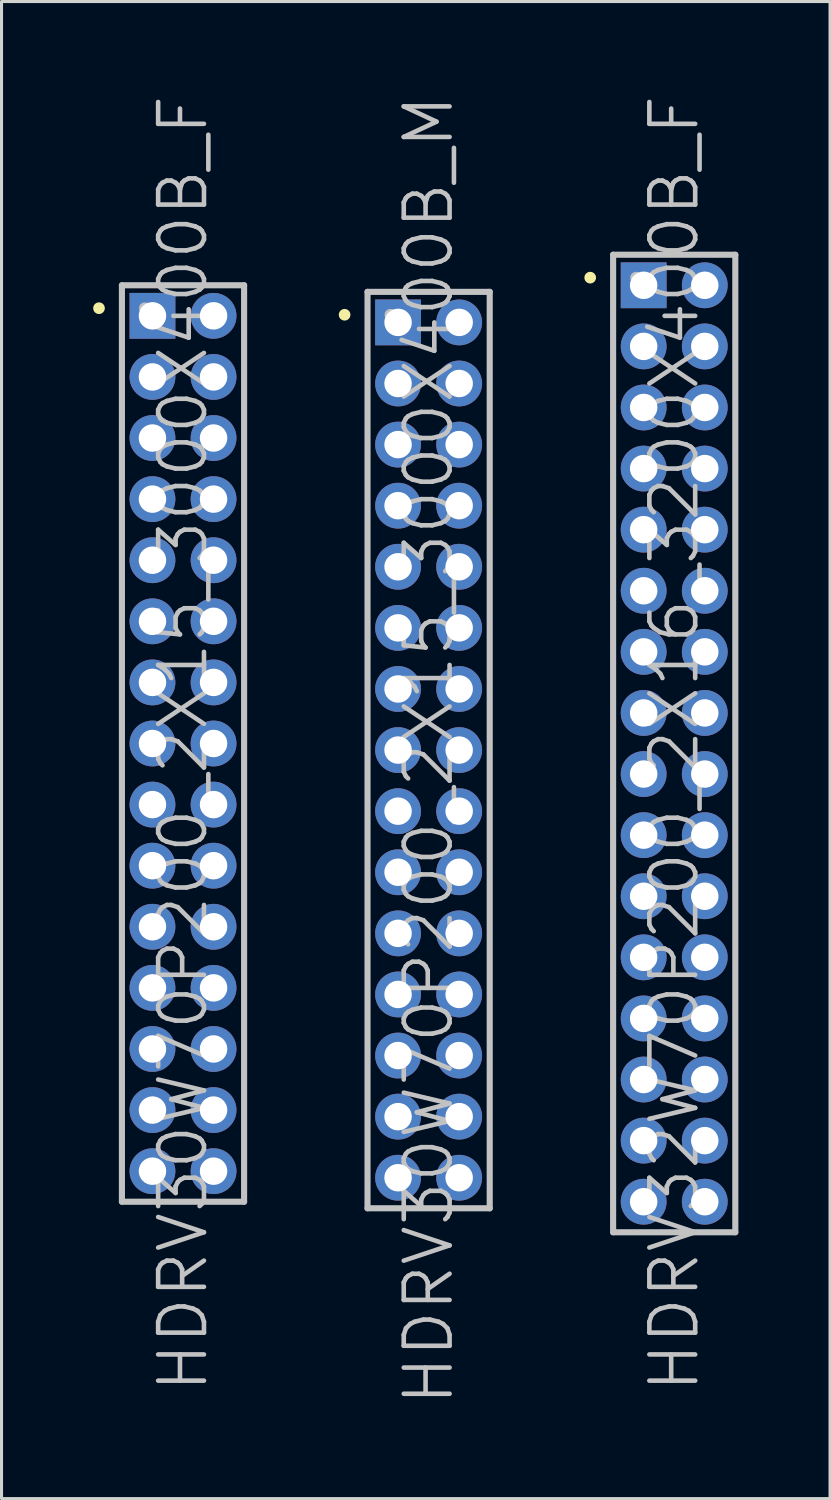
<source format=kicad_pcb>
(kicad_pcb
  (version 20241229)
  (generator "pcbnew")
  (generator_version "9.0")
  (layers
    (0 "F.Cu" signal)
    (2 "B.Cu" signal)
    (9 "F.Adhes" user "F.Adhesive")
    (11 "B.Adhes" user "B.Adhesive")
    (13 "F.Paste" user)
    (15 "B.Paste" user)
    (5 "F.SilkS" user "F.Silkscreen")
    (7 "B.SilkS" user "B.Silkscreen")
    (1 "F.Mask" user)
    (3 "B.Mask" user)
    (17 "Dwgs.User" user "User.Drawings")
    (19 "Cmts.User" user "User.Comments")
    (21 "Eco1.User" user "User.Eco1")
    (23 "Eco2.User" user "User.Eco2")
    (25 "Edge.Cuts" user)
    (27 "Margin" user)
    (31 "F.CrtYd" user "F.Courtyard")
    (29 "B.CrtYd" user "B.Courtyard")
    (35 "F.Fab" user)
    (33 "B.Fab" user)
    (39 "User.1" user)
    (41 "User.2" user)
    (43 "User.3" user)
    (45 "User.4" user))
  (footprint "HDRV32W70P200_2X16_3200X400B_F"
    (layer "F.Cu")
    (at 19.021 21.289)
    (property "Reference" "HDRV32W70P200_2X16_3200X400B_F" (at 0 0 90) (layer "Dwgs.User") (effects (font (size 1.5 1.5) (thickness 0.15))))
    (attr through_hole)
    (fp_line (start -2.75 -15.25) (end -2.75 -15.25) (stroke (width 0.381) (type solid)) (layer "F.SilkS"))
    (fp_line (start -2 -16) (end -2 16) (stroke (width 0.2) (type solid)) (layer "Dwgs.User"))
    (fp_line (start -2 -16) (end 2 -16) (stroke (width 0.2) (type solid)) (layer "Dwgs.User"))
    (fp_line (start -2 16) (end 2 16) (stroke (width 0.2) (type solid)) (layer "Dwgs.User"))
    (fp_line (start -1.25 -15.25) (end -1.25 -15.25) (stroke (width 0.381) (type solid)) (layer "Dwgs.User"))
    (fp_line (start 2 -16) (end 2 16) (stroke (width 0.2) (type solid)) (layer "Dwgs.User"))
    (pad "1" thru_hole rect (at -1 -15) (size 1.5 1.5) (drill 0.9) (layers "*.Cu" "*.Mask"))
    (pad "2" thru_hole circle (at 1 -15 270) (size 1.5 1.5) (drill 0.9) (layers "*.Cu" "*.Mask"))
    (pad "3" thru_hole circle (at -1 -13 270) (size 1.5 1.5) (drill 0.9) (layers "*.Cu" "*.Mask"))
    (pad "4" thru_hole circle (at 1 -13 270) (size 1.5 1.5) (drill 0.9) (layers "*.Cu" "*.Mask"))
    (pad "5" thru_hole circle (at -1 -11 270) (size 1.5 1.5) (drill 0.9) (layers "*.Cu" "*.Mask"))
    (pad "6" thru_hole circle (at 1 -11 270) (size 1.5 1.5) (drill 0.9) (layers "*.Cu" "*.Mask"))
    (pad "7" thru_hole circle (at -1 -9 270) (size 1.5 1.5) (drill 0.9) (layers "*.Cu" "*.Mask"))
    (pad "8" thru_hole circle (at 1 -9 270) (size 1.5 1.5) (drill 0.9) (layers "*.Cu" "*.Mask"))
    (pad "9" thru_hole circle (at -1 -7 270) (size 1.5 1.5) (drill 0.9) (layers "*.Cu" "*.Mask"))
    (pad "10" thru_hole circle (at 1 -7 270) (size 1.5 1.5) (drill 0.9) (layers "*.Cu" "*.Mask"))
    (pad "11" thru_hole circle (at -1 -5 270) (size 1.5 1.5) (drill 0.9) (layers "*.Cu" "*.Mask"))
    (pad "12" thru_hole circle (at 1 -5 270) (size 1.5 1.5) (drill 0.9) (layers "*.Cu" "*.Mask"))
    (pad "13" thru_hole circle (at -1 -3 270) (size 1.5 1.5) (drill 0.9) (layers "*.Cu" "*.Mask"))
    (pad "14" thru_hole circle (at 1 -3 270) (size 1.5 1.5) (drill 0.9) (layers "*.Cu" "*.Mask"))
    (pad "15" thru_hole circle (at -1 -1 270) (size 1.5 1.5) (drill 0.9) (layers "*.Cu" "*.Mask"))
    (pad "16" thru_hole circle (at 1 -1 270) (size 1.5 1.5) (drill 0.9) (layers "*.Cu" "*.Mask"))
    (pad "17" thru_hole circle (at -1 1 270) (size 1.5 1.5) (drill 0.9) (layers "*.Cu" "*.Mask"))
    (pad "18" thru_hole circle (at 1 1 270) (size 1.5 1.5) (drill 0.9) (layers "*.Cu" "*.Mask"))
    (pad "19" thru_hole circle (at -1 3 270) (size 1.5 1.5) (drill 0.9) (layers "*.Cu" "*.Mask"))
    (pad "20" thru_hole circle (at 1 3 270) (size 1.5 1.5) (drill 0.9) (layers "*.Cu" "*.Mask"))
    (pad "21" thru_hole circle (at -1 5 270) (size 1.5 1.5) (drill 0.9) (layers "*.Cu" "*.Mask"))
    (pad "22" thru_hole circle (at 1 5 270) (size 1.5 1.5) (drill 0.9) (layers "*.Cu" "*.Mask"))
    (pad "23" thru_hole circle (at -1 7 270) (size 1.5 1.5) (drill 0.9) (layers "*.Cu" "*.Mask"))
    (pad "24" thru_hole circle (at 1 7 270) (size 1.5 1.5) (drill 0.9) (layers "*.Cu" "*.Mask"))
    (pad "25" thru_hole circle (at -1 9 270) (size 1.5 1.5) (drill 0.9) (layers "*.Cu" "*.Mask"))
    (pad "26" thru_hole circle (at 1 9 270) (size 1.5 1.5) (drill 0.9) (layers "*.Cu" "*.Mask"))
    (pad "27" thru_hole circle (at -1 11 270) (size 1.5 1.5) (drill 0.9) (layers "*.Cu" "*.Mask"))
    (pad "28" thru_hole circle (at 1 11 270) (size 1.5 1.5) (drill 0.9) (layers "*.Cu" "*.Mask"))
    (pad "29" thru_hole circle (at -1 13 270) (size 1.5 1.5) (drill 0.9) (layers "*.Cu" "*.Mask"))
    (pad "30" thru_hole circle (at 1 13 270) (size 1.5 1.5) (drill 0.9) (layers "*.Cu" "*.Mask"))
    (pad "31" thru_hole circle (at -1 15 270) (size 1.5 1.5) (drill 0.9) (layers "*.Cu" "*.Mask"))
    (pad "32" thru_hole circle (at 1 15 270) (size 1.5 1.5) (drill 0.9) (layers "*.Cu" "*.Mask")))
  (footprint "HDRV30W70P200_2X15_3000X400B_M"
    (layer "F.Cu")
    (at 10.981 21.504)
    (property "Reference" "HDRV30W70P200_2X15_3000X400B_M" (at 0 0 90) (layer "Dwgs.User") (effects (font (size 1.5 1.5) (thickness 0.15))))
    (attr through_hole)
    (fp_line (start -2.75 -14.25) (end -2.75 -14.25) (stroke (width 0.381) (type solid)) (layer "F.SilkS"))
    (fp_line (start -2 -15) (end -2 15) (stroke (width 0.2) (type solid)) (layer "Dwgs.User"))
    (fp_line (start -2 -15) (end 2 -15) (stroke (width 0.2) (type solid)) (layer "Dwgs.User"))
    (fp_line (start -2 15) (end 2 15) (stroke (width 0.2) (type solid)) (layer "Dwgs.User"))
    (fp_line (start -1.25 -14.25) (end -1.25 -14.25) (stroke (width 0.381) (type solid)) (layer "Dwgs.User"))
    (fp_line (start 2 -15) (end 2 15) (stroke (width 0.2) (type solid)) (layer "Dwgs.User"))
    (pad "1" thru_hole rect (at -1 -14) (size 1.5 1.5) (drill 0.9) (layers "*.Cu" "*.Mask"))
    (pad "2" thru_hole circle (at 1 -14 270) (size 1.5 1.5) (drill 0.9) (layers "*.Cu" "*.Mask"))
    (pad "3" thru_hole circle (at -1 -12 270) (size 1.5 1.5) (drill 0.9) (layers "*.Cu" "*.Mask"))
    (pad "4" thru_hole circle (at 1 -12 270) (size 1.5 1.5) (drill 0.9) (layers "*.Cu" "*.Mask"))
    (pad "5" thru_hole circle (at -1 -10 270) (size 1.5 1.5) (drill 0.9) (layers "*.Cu" "*.Mask"))
    (pad "6" thru_hole circle (at 1 -10 270) (size 1.5 1.5) (drill 0.9) (layers "*.Cu" "*.Mask"))
    (pad "7" thru_hole circle (at -1 -8 270) (size 1.5 1.5) (drill 0.9) (layers "*.Cu" "*.Mask"))
    (pad "8" thru_hole circle (at 1 -8 270) (size 1.5 1.5) (drill 0.9) (layers "*.Cu" "*.Mask"))
    (pad "9" thru_hole circle (at -1 -6 270) (size 1.5 1.5) (drill 0.9) (layers "*.Cu" "*.Mask"))
    (pad "10" thru_hole circle (at 1 -6 270) (size 1.5 1.5) (drill 0.9) (layers "*.Cu" "*.Mask"))
    (pad "11" thru_hole circle (at -1 -4 270) (size 1.5 1.5) (drill 0.9) (layers "*.Cu" "*.Mask"))
    (pad "12" thru_hole circle (at 1 -4 270) (size 1.5 1.5) (drill 0.9) (layers "*.Cu" "*.Mask"))
    (pad "13" thru_hole circle (at -1 -2 270) (size 1.5 1.5) (drill 0.9) (layers "*.Cu" "*.Mask"))
    (pad "14" thru_hole circle (at 1 -2 270) (size 1.5 1.5) (drill 0.9) (layers "*.Cu" "*.Mask"))
    (pad "15" thru_hole circle (at -1 0 270) (size 1.5 1.5) (drill 0.9) (layers "*.Cu" "*.Mask"))
    (pad "16" thru_hole circle (at 1 0 270) (size 1.5 1.5) (drill 0.9) (layers "*.Cu" "*.Mask"))
    (pad "17" thru_hole circle (at -1 2 270) (size 1.5 1.5) (drill 0.9) (layers "*.Cu" "*.Mask"))
    (pad "18" thru_hole circle (at 1 2 270) (size 1.5 1.5) (drill 0.9) (layers "*.Cu" "*.Mask"))
    (pad "19" thru_hole circle (at -1 4 270) (size 1.5 1.5) (drill 0.9) (layers "*.Cu" "*.Mask"))
    (pad "20" thru_hole circle (at 1 4 270) (size 1.5 1.5) (drill 0.9) (layers "*.Cu" "*.Mask"))
    (pad "21" thru_hole circle (at -1 6 270) (size 1.5 1.5) (drill 0.9) (layers "*.Cu" "*.Mask"))
    (pad "22" thru_hole circle (at 1 6 270) (size 1.5 1.5) (drill 0.9) (layers "*.Cu" "*.Mask"))
    (pad "23" thru_hole circle (at -1 8 270) (size 1.5 1.5) (drill 0.9) (layers "*.Cu" "*.Mask"))
    (pad "24" thru_hole circle (at 1 8 270) (size 1.5 1.5) (drill 0.9) (layers "*.Cu" "*.Mask"))
    (pad "25" thru_hole circle (at -1 10 270) (size 1.5 1.5) (drill 0.9) (layers "*.Cu" "*.Mask"))
    (pad "26" thru_hole circle (at 1 10 270) (size 1.5 1.5) (drill 0.9) (layers "*.Cu" "*.Mask"))
    (pad "27" thru_hole circle (at -1 12 270) (size 1.5 1.5) (drill 0.9) (layers "*.Cu" "*.Mask"))
    (pad "28" thru_hole circle (at 1 12 270) (size 1.5 1.5) (drill 0.9) (layers "*.Cu" "*.Mask"))
    (pad "29" thru_hole circle (at -1 14 270) (size 1.5 1.5) (drill 0.9) (layers "*.Cu" "*.Mask"))
    (pad "30" thru_hole circle (at 1 14 270) (size 1.5 1.5) (drill 0.9) (layers "*.Cu" "*.Mask")))
  (footprint "HDRV30W70P200_2X15_3000X400B_F"
    (layer "F.Cu")
    (at 2.941 21.289)
    (property "Reference" "HDRV30W70P200_2X15_3000X400B_F" (at 0 0 90) (layer "Dwgs.User") (effects (font (size 1.5 1.5) (thickness 0.15))))
    (attr through_hole)
    (fp_line (start -2.75 -14.25) (end -2.75 -14.25) (stroke (width 0.381) (type solid)) (layer "F.SilkS"))
    (fp_line (start -2 -15) (end -2 15) (stroke (width 0.2) (type solid)) (layer "Dwgs.User"))
    (fp_line (start -2 -15) (end 2 -15) (stroke (width 0.2) (type solid)) (layer "Dwgs.User"))
    (fp_line (start -2 15) (end 2 15) (stroke (width 0.2) (type solid)) (layer "Dwgs.User"))
    (fp_line (start -1.25 -14.25) (end -1.25 -14.25) (stroke (width 0.381) (type solid)) (layer "Dwgs.User"))
    (fp_line (start 2 -15) (end 2 15) (stroke (width 0.2) (type solid)) (layer "Dwgs.User"))
    (pad "1" thru_hole rect (at -1 -14) (size 1.5 1.5) (drill 0.9) (layers "*.Cu" "*.Mask"))
    (pad "2" thru_hole circle (at 1 -14 270) (size 1.5 1.5) (drill 0.9) (layers "*.Cu" "*.Mask"))
    (pad "3" thru_hole circle (at -1 -12 270) (size 1.5 1.5) (drill 0.9) (layers "*.Cu" "*.Mask"))
    (pad "4" thru_hole circle (at 1 -12 270) (size 1.5 1.5) (drill 0.9) (layers "*.Cu" "*.Mask"))
    (pad "5" thru_hole circle (at -1 -10 270) (size 1.5 1.5) (drill 0.9) (layers "*.Cu" "*.Mask"))
    (pad "6" thru_hole circle (at 1 -10 270) (size 1.5 1.5) (drill 0.9) (layers "*.Cu" "*.Mask"))
    (pad "7" thru_hole circle (at -1 -8 270) (size 1.5 1.5) (drill 0.9) (layers "*.Cu" "*.Mask"))
    (pad "8" thru_hole circle (at 1 -8 270) (size 1.5 1.5) (drill 0.9) (layers "*.Cu" "*.Mask"))
    (pad "9" thru_hole circle (at -1 -6 270) (size 1.5 1.5) (drill 0.9) (layers "*.Cu" "*.Mask"))
    (pad "10" thru_hole circle (at 1 -6 270) (size 1.5 1.5) (drill 0.9) (layers "*.Cu" "*.Mask"))
    (pad "11" thru_hole circle (at -1 -4 270) (size 1.5 1.5) (drill 0.9) (layers "*.Cu" "*.Mask"))
    (pad "12" thru_hole circle (at 1 -4 270) (size 1.5 1.5) (drill 0.9) (layers "*.Cu" "*.Mask"))
    (pad "13" thru_hole circle (at -1 -2 270) (size 1.5 1.5) (drill 0.9) (layers "*.Cu" "*.Mask"))
    (pad "14" thru_hole circle (at 1 -2 270) (size 1.5 1.5) (drill 0.9) (layers "*.Cu" "*.Mask"))
    (pad "15" thru_hole circle (at -1 0 270) (size 1.5 1.5) (drill 0.9) (layers "*.Cu" "*.Mask"))
    (pad "16" thru_hole circle (at 1 0 270) (size 1.5 1.5) (drill 0.9) (layers "*.Cu" "*.Mask"))
    (pad "17" thru_hole circle (at -1 2 270) (size 1.5 1.5) (drill 0.9) (layers "*.Cu" "*.Mask"))
    (pad "18" thru_hole circle (at 1 2 270) (size 1.5 1.5) (drill 0.9) (layers "*.Cu" "*.Mask"))
    (pad "19" thru_hole circle (at -1 4 270) (size 1.5 1.5) (drill 0.9) (layers "*.Cu" "*.Mask"))
    (pad "20" thru_hole circle (at 1 4 270) (size 1.5 1.5) (drill 0.9) (layers "*.Cu" "*.Mask"))
    (pad "21" thru_hole circle (at -1 6 270) (size 1.5 1.5) (drill 0.9) (layers "*.Cu" "*.Mask"))
    (pad "22" thru_hole circle (at 1 6 270) (size 1.5 1.5) (drill 0.9) (layers "*.Cu" "*.Mask"))
    (pad "23" thru_hole circle (at -1 8 270) (size 1.5 1.5) (drill 0.9) (layers "*.Cu" "*.Mask"))
    (pad "24" thru_hole circle (at 1 8 270) (size 1.5 1.5) (drill 0.9) (layers "*.Cu" "*.Mask"))
    (pad "25" thru_hole circle (at -1 10 270) (size 1.5 1.5) (drill 0.9) (layers "*.Cu" "*.Mask"))
    (pad "26" thru_hole circle (at 1 10 270) (size 1.5 1.5) (drill 0.9) (layers "*.Cu" "*.Mask"))
    (pad "27" thru_hole circle (at -1 12 270) (size 1.5 1.5) (drill 0.9) (layers "*.Cu" "*.Mask"))
    (pad "28" thru_hole circle (at 1 12 270) (size 1.5 1.5) (drill 0.9) (layers "*.Cu" "*.Mask"))
    (pad "29" thru_hole circle (at -1 14 270) (size 1.5 1.5) (drill 0.9) (layers "*.Cu" "*.Mask"))
    (pad "30" thru_hole circle (at 1 14 270) (size 1.5 1.5) (drill 0.9) (layers "*.Cu" "*.Mask")))
  (gr_rect
    (start -3 -3)
    (end 24.122 46.007)
    (stroke (width 0.1) (type default))
    (fill no)
    (layer "Edge.Cuts")))
</source>
